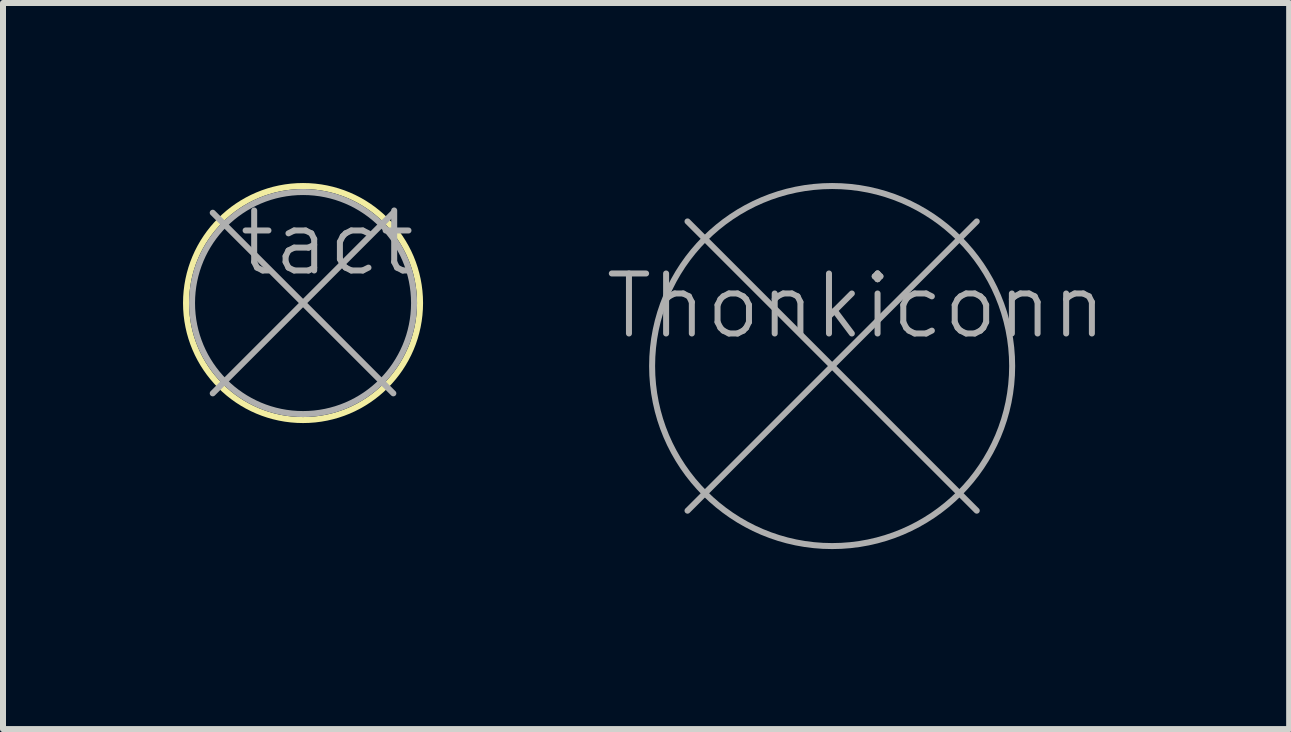
<source format=kicad_pcb>
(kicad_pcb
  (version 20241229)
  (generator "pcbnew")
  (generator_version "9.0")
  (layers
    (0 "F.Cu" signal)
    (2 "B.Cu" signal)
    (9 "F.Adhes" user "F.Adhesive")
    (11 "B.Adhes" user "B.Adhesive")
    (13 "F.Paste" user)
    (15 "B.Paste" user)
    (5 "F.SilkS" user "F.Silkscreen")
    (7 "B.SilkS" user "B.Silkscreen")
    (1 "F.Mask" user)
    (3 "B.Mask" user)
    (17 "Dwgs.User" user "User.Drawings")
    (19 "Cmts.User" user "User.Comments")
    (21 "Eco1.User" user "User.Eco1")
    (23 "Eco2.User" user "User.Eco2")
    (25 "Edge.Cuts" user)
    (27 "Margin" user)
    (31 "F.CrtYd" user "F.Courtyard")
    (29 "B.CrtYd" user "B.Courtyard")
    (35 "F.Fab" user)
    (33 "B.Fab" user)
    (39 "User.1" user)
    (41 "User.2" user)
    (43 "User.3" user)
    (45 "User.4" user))
  (footprint "tact"
    (layer "F.Cu")
    (at 2 2)
    (property "Reference" "tact" (at 0.4 -1 0) (unlocked yes) (layer "F.Fab") (effects (font (size 1 1) (thickness 0.1))))
    (fp_circle (center 0 0) (end 1.95 0) (stroke (width 0.1) (type solid)) (fill no) (layer "F.SilkS"))
    (fp_circle (center 0 0) (end 1.85 0) (stroke (width 0.1) (type solid)) (fill no) (layer "F.Fab"))
    (dimension (type center) (layer "F.Fab") (pts (xy 2 2) (xy 3.505 0.495)) (style (thickness 0.1) (arrow_length 1.27) (text_position_mode 0) (extension_offset 0.5) (keep_text_aligned yes))))
  (footprint "Thonkiconn"
    (layer "F.Cu")
    (at 10.817 3.05)
    (property "Reference" "Thonkiconn" (at 0.4 -1 0) (unlocked yes) (layer "F.Fab") (effects (font (size 1 1) (thickness 0.1))))
    (fp_circle (center 0 0) (end 3 0) (stroke (width 0.1) (type default)) (fill no) (layer "F.Fab"))
    (dimension (type center) (layer "F.Fab") (pts (xy 10.817 3.05) (xy 13.227 0.64)) (style (thickness 0.1) (arrow_length 1.27) (text_position_mode 0) (extension_offset 0.5) (keep_text_aligned yes))))
  (gr_rect
    (start -3 -3)
    (end 18.433 9.1)
    (stroke (width 0.1) (type default))
    (fill no)
    (layer "Edge.Cuts")))
</source>
